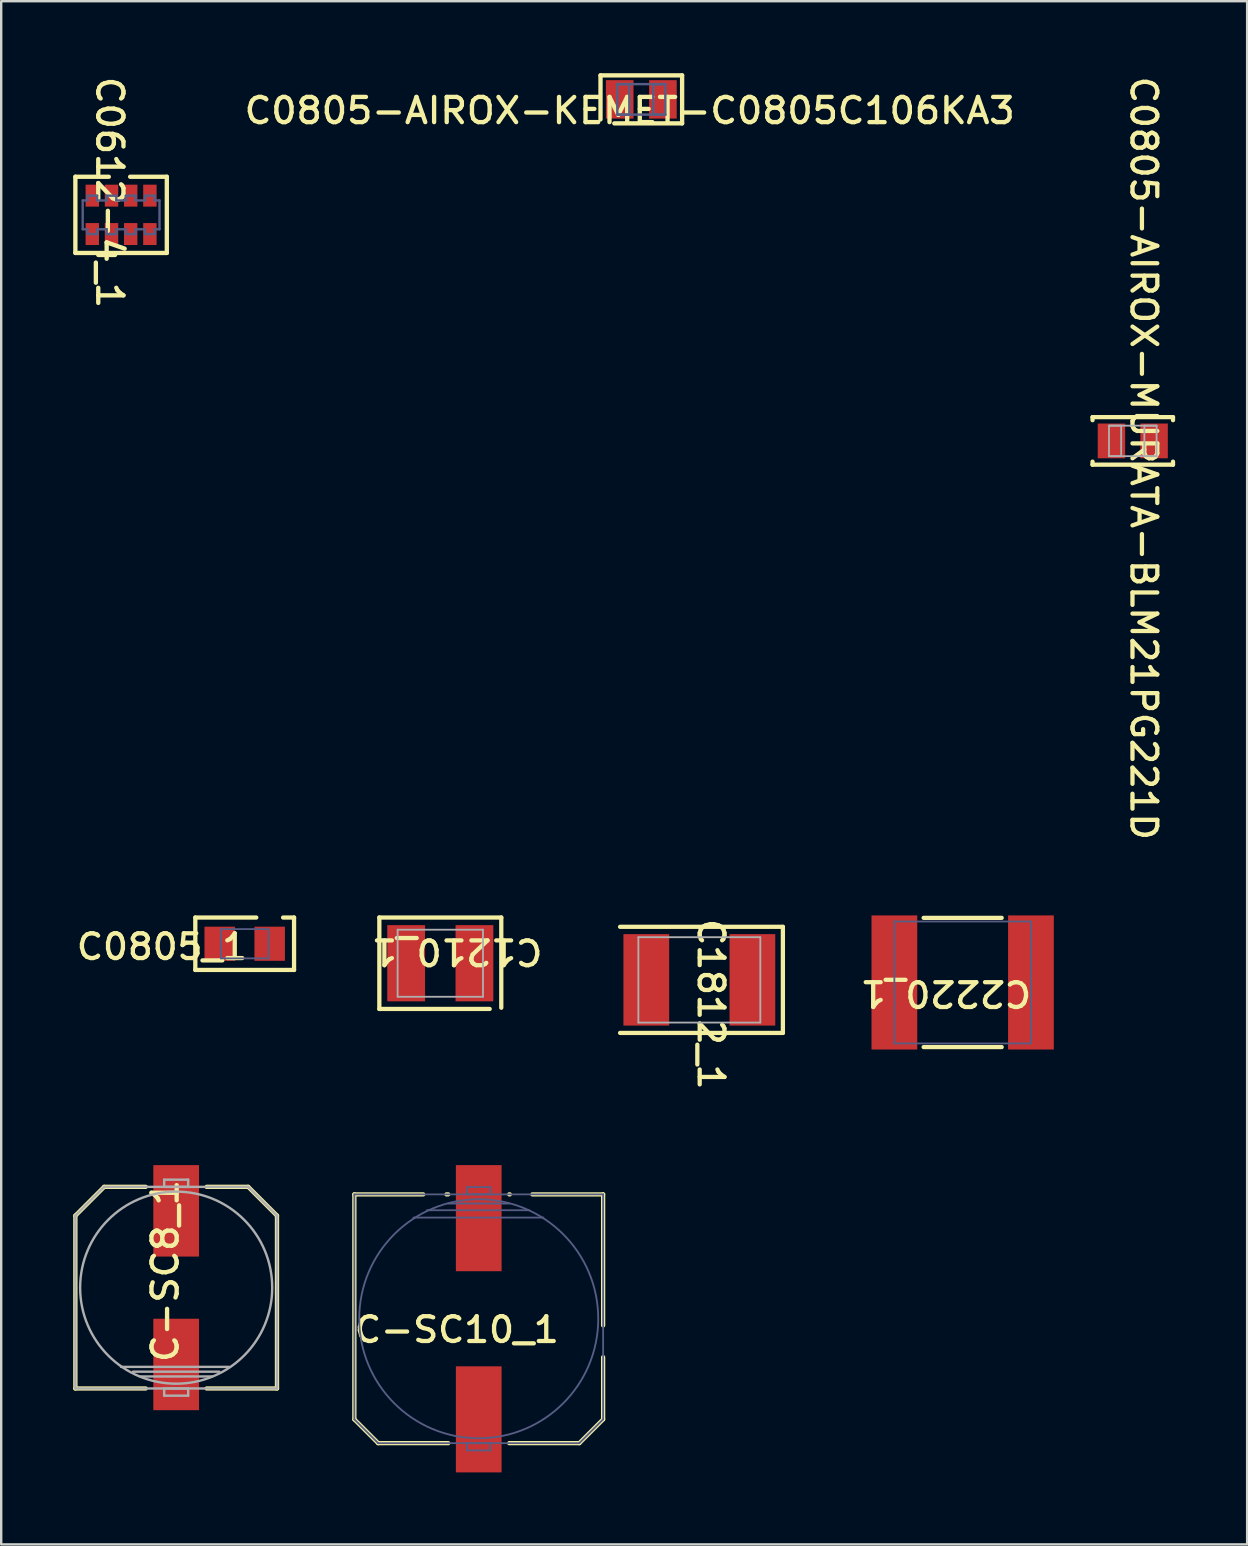
<source format=kicad_pcb>
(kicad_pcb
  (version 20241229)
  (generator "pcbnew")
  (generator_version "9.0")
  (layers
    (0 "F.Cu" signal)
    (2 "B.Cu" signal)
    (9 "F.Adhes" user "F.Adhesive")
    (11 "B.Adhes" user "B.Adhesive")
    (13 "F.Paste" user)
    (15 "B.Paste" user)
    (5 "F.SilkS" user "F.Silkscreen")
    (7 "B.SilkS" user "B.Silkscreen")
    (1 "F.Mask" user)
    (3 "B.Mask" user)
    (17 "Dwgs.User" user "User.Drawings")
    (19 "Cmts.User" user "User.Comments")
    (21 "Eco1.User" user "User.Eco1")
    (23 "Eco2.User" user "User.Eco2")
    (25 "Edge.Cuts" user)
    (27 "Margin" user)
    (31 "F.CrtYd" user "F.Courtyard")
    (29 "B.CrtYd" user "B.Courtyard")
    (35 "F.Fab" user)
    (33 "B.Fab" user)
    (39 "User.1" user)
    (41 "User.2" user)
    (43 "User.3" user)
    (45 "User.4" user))
  (footprint "C2220_1"
    (layer "F.Cu")
    (at 37.056 37.881)
    (property "Reference" "C2220_1" (at -0.699 0.457 180) (unlocked yes) (layer "F.SilkS") (effects (font (size 1.033 1.087) (thickness 0.178))))
    (attr smd)
    (fp_line (start -1.626 -2.692) (end 1.626 -2.692) (stroke (width 0.178) (type solid)) (layer "F.SilkS"))
    (fp_line (start -1.626 2.692) (end 1.626 2.692) (stroke (width 0.178) (type solid)) (layer "F.SilkS"))
    (fp_line (start -2.845 -2.54) (end 2.845 -2.54) (stroke (width 0.076) (type solid)) (layer "B.Fab"))
    (fp_line (start -2.845 2.54) (end -2.845 -2.54) (stroke (width 0.076) (type solid)) (layer "B.Fab"))
    (fp_line (start -2.845 2.54) (end 2.845 2.54) (stroke (width 0.076) (type solid)) (layer "B.Fab"))
    (fp_line (start 2.845 2.54) (end 2.845 -2.54) (stroke (width 0.076) (type solid)) (layer "B.Fab"))
    (pad "1" smd rect (at -2.845 0 180) (size 1.905 5.588) (layers "F.Cu" "F.Mask" "F.Paste"))
    (pad "2" smd rect (at 2.845 0 180) (size 1.905 5.588) (layers "F.Cu" "F.Mask" "F.Paste")))
  (footprint "C0805-AIROX-MURATA-BLM21PG221D"
    (layer "F.Cu")
    (at 44.143 15.319)
    (property "Reference" "C0805-AIROX-MURATA-BLM21PG221D" (at 0.457 0.724 270) (unlocked yes) (layer "F.SilkS") (effects (font (size 1.033 1.087) (thickness 0.178))))
    (attr smd)
    (fp_line (start -1.676 -0.991) (end 1.676 -0.991) (stroke (width 0.178) (type solid)) (layer "F.SilkS"))
    (fp_line (start -1.676 -0.864) (end -1.676 -0.991) (stroke (width 0.178) (type solid)) (layer "F.SilkS"))
    (fp_line (start -1.676 0.991) (end -1.676 0.864) (stroke (width 0.178) (type solid)) (layer "F.SilkS"))
    (fp_line (start -1.676 0.991) (end 1.676 0.991) (stroke (width 0.178) (type solid)) (layer "F.SilkS"))
    (fp_line (start 1.676 -0.864) (end 1.676 -0.991) (stroke (width 0.178) (type solid)) (layer "F.SilkS"))
    (fp_line (start 1.676 0.991) (end 1.676 0.864) (stroke (width 0.178) (type solid)) (layer "F.SilkS"))
    (fp_line (start -0.991 -0.635) (end -0.483 -0.635) (stroke (width 0.076) (type solid)) (layer "F.Fab"))
    (fp_line (start -0.991 -0.635) (end 0.991 -0.635) (stroke (width 0.076) (type solid)) (layer "F.Fab"))
    (fp_line (start -0.991 0.635) (end -0.991 -0.635) (stroke (width 0.076) (type solid)) (layer "F.Fab"))
    (fp_line (start -0.991 0.635) (end -0.483 0.635) (stroke (width 0.076) (type solid)) (layer "F.Fab"))
    (fp_line (start -0.991 0.635) (end 0.991 0.635) (stroke (width 0.076) (type solid)) (layer "F.Fab"))
    (fp_line (start -0.483 0.635) (end -0.483 -0.635) (stroke (width 0.076) (type solid)) (layer "F.Fab"))
    (fp_line (start 0.483 -0.635) (end 0.991 -0.635) (stroke (width 0.076) (type solid)) (layer "F.Fab"))
    (fp_line (start 0.483 0.635) (end 0.483 -0.635) (stroke (width 0.076) (type solid)) (layer "F.Fab"))
    (fp_line (start 0.483 0.635) (end 0.991 0.635) (stroke (width 0.076) (type solid)) (layer "F.Fab"))
    (fp_line (start 0.991 0.635) (end 0.991 -0.635) (stroke (width 0.076) (type solid)) (layer "F.Fab"))
    (pad "1" smd rect (at -0.889 0) (size 1.143 1.448) (layers "F.Cu" "F.Mask" "F.Paste"))
    (pad "2" smd rect (at 0.889 0) (size 1.143 1.448) (layers "F.Cu" "F.Mask" "F.Paste")))
  (footprint "C-SC8_1"
    (layer "F.Cu")
    (at 4.29 50.596)
    (property "Reference" "C-SC8_1" (at -0.456 -0.695 90) (unlocked yes) (layer "F.SilkS") (effects (font (size 1.05 1.104) (thickness 0.18))))
    (attr smd)
    (fp_line (start -4.2 -3) (end -3 -4.2) (stroke (width 0.18) (type solid)) (layer "F.SilkS"))
    (fp_line (start -4.2 4.2) (end -4.2 -3) (stroke (width 0.18) (type solid)) (layer "F.SilkS"))
    (fp_line (start -4.2 4.2) (end -1.27 4.2) (stroke (width 0.18) (type solid)) (layer "F.SilkS"))
    (fp_line (start -3 -4.2) (end -1.27 -4.2) (stroke (width 0.18) (type solid)) (layer "F.SilkS"))
    (fp_line (start 1.27 -4.2) (end 3 -4.2) (stroke (width 0.18) (type solid)) (layer "F.SilkS"))
    (fp_line (start 1.27 4.2) (end 4.2 4.2) (stroke (width 0.18) (type solid)) (layer "F.SilkS"))
    (fp_line (start 3 -4.2) (end 4.2 -3) (stroke (width 0.18) (type solid)) (layer "F.SilkS"))
    (fp_line (start 4.2 4.2) (end 4.2 -3) (stroke (width 0.18) (type solid)) (layer "F.SilkS"))
    (fp_line (start -4.2 -3) (end -3 -4.2) (stroke (width 0.1) (type solid)) (layer "F.Fab"))
    (fp_line (start -4.2 4.2) (end -4.2 -3) (stroke (width 0.1) (type solid)) (layer "F.Fab"))
    (fp_line (start -4.2 4.2) (end 4.2 4.2) (stroke (width 0.1) (type solid)) (layer "F.Fab"))
    (fp_line (start -3 -4.2) (end 3 -4.2) (stroke (width 0.1) (type solid)) (layer "F.Fab"))
    (fp_line (start -2.3 3.3) (end 2.2 3.3) (stroke (width 0.1) (type solid)) (layer "F.Fab"))
    (fp_line (start -1.8 3.5) (end 1.8 3.5) (stroke (width 0.1) (type solid)) (layer "F.Fab"))
    (fp_line (start -1.5 3.7) (end 1.5 3.7) (stroke (width 0.1) (type solid)) (layer "F.Fab"))
    (fp_line (start -0.5 -4.5) (end 0.5 -4.5) (stroke (width 0.1) (type solid)) (layer "F.Fab"))
    (fp_line (start -0.5 -4.2) (end -0.5 -4.5) (stroke (width 0.1) (type solid)) (layer "F.Fab"))
    (fp_line (start -0.5 -4.2) (end 0.5 -4.2) (stroke (width 0.1) (type solid)) (layer "F.Fab"))
    (fp_line (start -0.5 4.2) (end 0.5 4.2) (stroke (width 0.1) (type solid)) (layer "F.Fab"))
    (fp_line (start -0.5 4.5) (end -0.5 4.2) (stroke (width 0.1) (type solid)) (layer "F.Fab"))
    (fp_line (start -0.5 4.5) (end 0.5 4.5) (stroke (width 0.1) (type solid)) (layer "F.Fab"))
    (fp_line (start 0.5 -4.2) (end 0.5 -4.5) (stroke (width 0.1) (type solid)) (layer "F.Fab"))
    (fp_line (start 0.5 4.5) (end 0.5 4.2) (stroke (width 0.1) (type solid)) (layer "F.Fab"))
    (fp_line (start 3 -4.2) (end 4.2 -3) (stroke (width 0.1) (type solid)) (layer "F.Fab"))
    (fp_line (start 4.2 4.2) (end 4.2 -3) (stroke (width 0.1) (type solid)) (layer "F.Fab"))
    (fp_circle (center 0 0) (end 4.001 0) (stroke (width 0.1) (type solid)) (fill no) (layer "F.Fab"))
    (pad "+" smd rect (at 0 -3.2) (size 1.905 3.81) (layers "F.Cu" "F.Mask" "F.Paste"))
    (pad "-" smd rect (at 0 3.2) (size 1.905 3.81) (layers "F.Cu" "F.Mask" "F.Paste")))
  (footprint "C0805-AIROX-KEMET-C0805C106KA3"
    (layer "F.Cu")
    (at 23.668 1.09)
    (property "Reference" "C0805-AIROX-KEMET-C0805C106KA3" (at -0.484 0.471 0) (unlocked yes) (layer "F.SilkS") (effects (font (size 1.05 1.104) (thickness 0.18))))
    (attr smd)
    (fp_line (start -1.7 -1) (end -1.7 0.834) (stroke (width 0.18) (type solid)) (layer "F.SilkS"))
    (fp_line (start 1.7 -1) (end -1.7 -1) (stroke (width 0.18) (type solid)) (layer "F.SilkS"))
    (fp_line (start 1.7 -1) (end 1.7 1) (stroke (width 0.18) (type solid)) (layer "F.SilkS"))
    (fp_line (start 1.7 1) (end -1.125 1) (stroke (width 0.18) (type solid)) (layer "F.SilkS"))
    (fp_line (start -1 -0.635) (end -1 0.635) (stroke (width 0.1) (type solid)) (layer "B.Fab"))
    (fp_line (start -0.5 -0.635) (end -1 -0.635) (stroke (width 0.1) (type solid)) (layer "B.Fab"))
    (fp_line (start -0.5 -0.635) (end -0.5 0.635) (stroke (width 0.1) (type solid)) (layer "B.Fab"))
    (fp_line (start -0.5 0.635) (end -1 0.635) (stroke (width 0.1) (type solid)) (layer "B.Fab"))
    (fp_line (start 0.5 -0.635) (end 0.5 0.635) (stroke (width 0.1) (type solid)) (layer "B.Fab"))
    (fp_line (start 1 -0.635) (end -1 -0.635) (stroke (width 0.1) (type solid)) (layer "B.Fab"))
    (fp_line (start 1 -0.635) (end 0.5 -0.635) (stroke (width 0.1) (type solid)) (layer "B.Fab"))
    (fp_line (start 1 -0.635) (end 1 0.635) (stroke (width 0.1) (type solid)) (layer "B.Fab"))
    (fp_line (start 1 0.635) (end -1 0.635) (stroke (width 0.1) (type solid)) (layer "B.Fab"))
    (fp_line (start 1 0.635) (end 0.5 0.635) (stroke (width 0.1) (type solid)) (layer "B.Fab"))
    (pad "1" smd rect (at 0.9 0 180) (size 1.15 1.6) (layers "F.Cu" "F.Mask" "F.Paste"))
    (pad "2" smd rect (at -0.9 0 180) (size 1.15 1.6) (layers "F.Cu" "F.Mask" "F.Paste")))
  (footprint "C1812_1"
    (layer "F.Cu")
    (at 26.086 37.773)
    (property "Reference" "C1812_1" (at 0.483 1.016 270) (unlocked yes) (layer "F.SilkS") (effects (font (size 1.033 1.087) (thickness 0.178))))
    (attr smd)
    (fp_line (start -3.302 -2.21) (end 3.48 -2.21) (stroke (width 0.178) (type solid)) (layer "F.SilkS"))
    (fp_line (start -3.302 2.21) (end 3.48 2.21) (stroke (width 0.178) (type solid)) (layer "F.SilkS"))
    (fp_line (start 3.48 2.21) (end 3.48 -2.21) (stroke (width 0.178) (type solid)) (layer "F.SilkS"))
    (fp_line (start -2.54 -1.778) (end 2.54 -1.778) (stroke (width 0.076) (type solid)) (layer "F.Fab"))
    (fp_line (start -2.54 1.778) (end -2.54 -1.778) (stroke (width 0.076) (type solid)) (layer "F.Fab"))
    (fp_line (start -2.54 1.778) (end 2.54 1.778) (stroke (width 0.076) (type solid)) (layer "F.Fab"))
    (fp_line (start 2.54 1.778) (end 2.54 -1.778) (stroke (width 0.076) (type solid)) (layer "F.Fab"))
    (pad "1" smd rect (at -2.21 0) (size 1.905 3.81) (layers "F.Cu" "F.Mask" "F.Paste"))
    (pad "2" smd rect (at 2.21 0) (size 1.905 3.81) (layers "F.Cu" "F.Mask" "F.Paste")))
  (footprint "C0612-4_1"
    (layer "F.Cu")
    (at 1.995 5.901)
    (property "Reference" "C0612-4_1" (at -0.475 -0.931 270) (unlocked yes) (layer "F.SilkS") (effects (font (size 1.05 1.104) (thickness 0.18))))
    (attr smd)
    (fp_line (start -1.905 -1.587) (end -1.905 1.587) (stroke (width 0.18) (type solid)) (layer "F.SilkS"))
    (fp_line (start -0.512 -1.587) (end -1.905 -1.587) (stroke (width 0.18) (type solid)) (layer "F.SilkS"))
    (fp_line (start 1.905 -1.587) (end 0.377 -1.587) (stroke (width 0.18) (type solid)) (layer "F.SilkS"))
    (fp_line (start 1.905 -1.587) (end 1.905 1.587) (stroke (width 0.18) (type solid)) (layer "F.SilkS"))
    (fp_line (start 1.905 1.587) (end -1.905 1.587) (stroke (width 0.18) (type solid)) (layer "F.SilkS"))
    (fp_line (start -1.6 -0.6) (end -1.6 0.6) (stroke (width 0.1) (type solid)) (layer "B.Fab"))
    (fp_line (start -1.4 -0.8) (end -1.4 -0.6) (stroke (width 0.1) (type solid)) (layer "B.Fab"))
    (fp_line (start -1.4 -0.6) (end -1.6 -0.6) (stroke (width 0.1) (type solid)) (layer "B.Fab"))
    (fp_line (start -1.4 0.6) (end -1.6 0.6) (stroke (width 0.1) (type solid)) (layer "B.Fab"))
    (fp_line (start -1.4 0.6) (end -1.4 0.8) (stroke (width 0.1) (type solid)) (layer "B.Fab"))
    (fp_line (start -1 -0.8) (end -1.4 -0.8) (stroke (width 0.1) (type solid)) (layer "B.Fab"))
    (fp_line (start -1 -0.8) (end -1 -0.6) (stroke (width 0.1) (type solid)) (layer "B.Fab"))
    (fp_line (start -1 0.6) (end -1 0.8) (stroke (width 0.1) (type solid)) (layer "B.Fab"))
    (fp_line (start -1 0.8) (end -1.4 0.8) (stroke (width 0.1) (type solid)) (layer "B.Fab"))
    (fp_line (start -0.6 -0.8) (end -0.6 -0.6) (stroke (width 0.1) (type solid)) (layer "B.Fab"))
    (fp_line (start -0.6 -0.6) (end -1 -0.6) (stroke (width 0.1) (type solid)) (layer "B.Fab"))
    (fp_line (start -0.6 0.6) (end -1 0.6) (stroke (width 0.1) (type solid)) (layer "B.Fab"))
    (fp_line (start -0.6 0.6) (end -0.6 0.8) (stroke (width 0.1) (type solid)) (layer "B.Fab"))
    (fp_line (start -0.2 -0.8) (end -0.6 -0.8) (stroke (width 0.1) (type solid)) (layer "B.Fab"))
    (fp_line (start -0.2 -0.8) (end -0.2 -0.6) (stroke (width 0.1) (type solid)) (layer "B.Fab"))
    (fp_line (start -0.2 0.6) (end -0.2 0.8) (stroke (width 0.1) (type solid)) (layer "B.Fab"))
    (fp_line (start -0.2 0.8) (end -0.6 0.8) (stroke (width 0.1) (type solid)) (layer "B.Fab"))
    (fp_line (start 0.2 -0.8) (end 0.2 -0.6) (stroke (width 0.1) (type solid)) (layer "B.Fab"))
    (fp_line (start 0.2 -0.6) (end -0.2 -0.6) (stroke (width 0.1) (type solid)) (layer "B.Fab"))
    (fp_line (start 0.2 0.6) (end -0.2 0.6) (stroke (width 0.1) (type solid)) (layer "B.Fab"))
    (fp_line (start 0.2 0.6) (end 0.2 0.8) (stroke (width 0.1) (type solid)) (layer "B.Fab"))
    (fp_line (start 0.6 -0.8) (end 0.2 -0.8) (stroke (width 0.1) (type solid)) (layer "B.Fab"))
    (fp_line (start 0.6 -0.8) (end 0.6 -0.6) (stroke (width 0.1) (type solid)) (layer "B.Fab"))
    (fp_line (start 0.6 0.6) (end 0.6 0.8) (stroke (width 0.1) (type solid)) (layer "B.Fab"))
    (fp_line (start 0.6 0.8) (end 0.2 0.8) (stroke (width 0.1) (type solid)) (layer "B.Fab"))
    (fp_line (start 1 -0.8) (end 1 -0.6) (stroke (width 0.1) (type solid)) (layer "B.Fab"))
    (fp_line (start 1 -0.6) (end 0.6 -0.6) (stroke (width 0.1) (type solid)) (layer "B.Fab"))
    (fp_line (start 1 0.6) (end 0.6 0.6) (stroke (width 0.1) (type solid)) (layer "B.Fab"))
    (fp_line (start 1 0.6) (end 1 0.8) (stroke (width 0.1) (type solid)) (layer "B.Fab"))
    (fp_line (start 1.4 -0.8) (end 1 -0.8) (stroke (width 0.1) (type solid)) (layer "B.Fab"))
    (fp_line (start 1.4 -0.8) (end 1.4 -0.6) (stroke (width 0.1) (type solid)) (layer "B.Fab"))
    (fp_line (start 1.4 0.6) (end 1.4 0.8) (stroke (width 0.1) (type solid)) (layer "B.Fab"))
    (fp_line (start 1.4 0.8) (end 1 0.8) (stroke (width 0.1) (type solid)) (layer "B.Fab"))
    (fp_line (start 1.6 -0.6) (end 1.4 -0.6) (stroke (width 0.1) (type solid)) (layer "B.Fab"))
    (fp_line (start 1.6 -0.6) (end 1.6 0.6) (stroke (width 0.1) (type solid)) (layer "B.Fab"))
    (fp_line (start 1.6 0.6) (end 1.4 0.6) (stroke (width 0.1) (type solid)) (layer "B.Fab"))
    (pad "1" smd rect (at 1.2 -0.8 180) (size 0.559 0.914) (layers "F.Cu" "F.Mask" "F.Paste"))
    (pad "2" smd rect (at 0.4 -0.8 180) (size 0.559 0.914) (layers "F.Cu" "F.Mask" "F.Paste"))
    (pad "3" smd rect (at -0.4 -0.8 180) (size 0.559 0.914) (layers "F.Cu" "F.Mask" "F.Paste"))
    (pad "4" smd rect (at -1.2 -0.8 180) (size 0.559 0.914) (layers "F.Cu" "F.Mask" "F.Paste"))
    (pad "5" smd rect (at -1.2 0.8 180) (size 0.559 0.914) (layers "F.Cu" "F.Mask" "F.Paste"))
    (pad "6" smd rect (at -0.4 0.8 180) (size 0.559 0.914) (layers "F.Cu" "F.Mask" "F.Paste"))
    (pad "7" smd rect (at 0.4 0.8 180) (size 0.559 0.914) (layers "F.Cu" "F.Mask" "F.Paste"))
    (pad "8" smd rect (at 1.2 0.8 180) (size 0.559 0.914) (layers "F.Cu" "F.Mask" "F.Paste")))
  (footprint "C-SC10_1"
    (layer "F.Cu")
    (at 16.895 51.892)
    (property "Reference" "C-SC10_1" (at -0.914 0.457 0) (unlocked yes) (layer "F.SilkS") (effects (font (size 1.033 1.087) (thickness 0.178))))
    (attr smd)
    (fp_line (start -5.182 -5.182) (end -5.182 4.191) (stroke (width 0.178) (type solid)) (layer "F.SilkS"))
    (fp_line (start -4.191 5.182) (end -5.182 4.191) (stroke (width 0.178) (type solid)) (layer "F.SilkS"))
    (fp_line (start -2.311 -5.182) (end -5.182 -5.182) (stroke (width 0.178) (type solid)) (layer "F.SilkS"))
    (fp_line (start -1.27 -5.182) (end -1.346 -5.182) (stroke (width 0.178) (type solid)) (layer "F.SilkS"))
    (fp_line (start -1.27 5.182) (end -4.191 5.182) (stroke (width 0.178) (type solid)) (layer "F.SilkS"))
    (fp_line (start 1.295 -5.182) (end 1.27 -5.182) (stroke (width 0.178) (type solid)) (layer "F.SilkS"))
    (fp_line (start 4.191 5.182) (end 1.27 5.182) (stroke (width 0.178) (type solid)) (layer "F.SilkS"))
    (fp_line (start 5.182 -5.182) (end 2.235 -5.182) (stroke (width 0.178) (type solid)) (layer "F.SilkS"))
    (fp_line (start 5.182 -5.182) (end 5.182 0.279) (stroke (width 0.178) (type solid)) (layer "F.SilkS"))
    (fp_line (start 5.182 1.6) (end 5.182 4.191) (stroke (width 0.178) (type solid)) (layer "F.SilkS"))
    (fp_line (start 5.182 4.191) (end 4.191 5.182) (stroke (width 0.178) (type solid)) (layer "F.SilkS"))
    (fp_line (start -5.182 -5.182) (end -5.182 4.191) (stroke (width 0.076) (type solid)) (layer "B.Fab"))
    (fp_line (start -4.191 5.182) (end -5.182 4.191) (stroke (width 0.076) (type solid)) (layer "B.Fab"))
    (fp_line (start -0.483 -5.486) (end -0.483 -5.182) (stroke (width 0.076) (type solid)) (layer "B.Fab"))
    (fp_line (start -0.483 5.182) (end -0.483 5.486) (stroke (width 0.076) (type solid)) (layer "B.Fab"))
    (fp_line (start 0.483 -5.486) (end -0.483 -5.486) (stroke (width 0.076) (type solid)) (layer "B.Fab"))
    (fp_line (start 0.483 -5.486) (end 0.483 -5.182) (stroke (width 0.076) (type solid)) (layer "B.Fab"))
    (fp_line (start 0.483 -5.182) (end -0.483 -5.182) (stroke (width 0.076) (type solid)) (layer "B.Fab"))
    (fp_line (start 0.483 5.182) (end -0.483 5.182) (stroke (width 0.076) (type solid)) (layer "B.Fab"))
    (fp_line (start 0.483 5.182) (end 0.483 5.486) (stroke (width 0.076) (type solid)) (layer "B.Fab"))
    (fp_line (start 0.483 5.486) (end -0.483 5.486) (stroke (width 0.076) (type solid)) (layer "B.Fab"))
    (fp_line (start 1.27 -4.801) (end -1.27 -4.801) (stroke (width 0.076) (type solid)) (layer "B.Fab"))
    (fp_line (start 2.108 -4.521) (end -2.159 -4.521) (stroke (width 0.076) (type solid)) (layer "B.Fab"))
    (fp_line (start 2.692 -4.216) (end -2.718 -4.216) (stroke (width 0.076) (type solid)) (layer "B.Fab"))
    (fp_line (start 4.191 5.182) (end -4.191 5.182) (stroke (width 0.076) (type solid)) (layer "B.Fab"))
    (fp_line (start 5.182 -5.182) (end -5.182 -5.182) (stroke (width 0.076) (type solid)) (layer "B.Fab"))
    (fp_line (start 5.182 -5.182) (end 5.182 4.191) (stroke (width 0.076) (type solid)) (layer "B.Fab"))
    (fp_line (start 5.182 4.191) (end 4.191 5.182) (stroke (width 0.076) (type solid)) (layer "B.Fab"))
    (fp_arc (start -4.9784 0) (mid 4.9784 0) (end -4.9784 0) (stroke (width 0.0762) (type solid)) (layer "B.Fab"))
    (pad "+" smd rect (at 0 4.191 180) (size 1.905 4.42) (layers "F.Cu" "F.Mask" "F.Paste"))
    (pad "-" smd rect (at 0 -4.191 180) (size 1.905 4.42) (layers "F.Cu" "F.Mask" "F.Paste")))
  (footprint "C1210_1"
    (layer "F.Cu")
    (at 15.294 37.08)
    (property "Reference" "C1210_1" (at 0.699 -0.483 180) (unlocked yes) (layer "F.SilkS") (effects (font (size 1.033 1.087) (thickness 0.178))))
    (attr smd)
    (fp_line (start -2.54 -1.905) (end 2.54 -1.905) (stroke (width 0.178) (type solid)) (layer "F.SilkS"))
    (fp_line (start -2.54 1.905) (end -2.54 -1.905) (stroke (width 0.178) (type solid)) (layer "F.SilkS"))
    (fp_line (start -2.54 1.905) (end 2.057 1.905) (stroke (width 0.178) (type solid)) (layer "F.SilkS"))
    (fp_line (start 2.54 1.854) (end 2.54 -1.905) (stroke (width 0.178) (type solid)) (layer "F.SilkS"))
    (fp_line (start -1.778 -1.397) (end 1.778 -1.397) (stroke (width 0.076) (type solid)) (layer "F.Fab"))
    (fp_line (start -1.778 1.397) (end -1.778 -1.397) (stroke (width 0.076) (type solid)) (layer "F.Fab"))
    (fp_line (start -1.778 1.397) (end 1.778 1.397) (stroke (width 0.076) (type solid)) (layer "F.Fab"))
    (fp_line (start 1.778 1.397) (end 1.778 -1.397) (stroke (width 0.076) (type solid)) (layer "F.Fab"))
    (pad "1" smd rect (at -1.422 0 180) (size 1.575 3.175) (layers "F.Cu" "F.Mask" "F.Paste"))
    (pad "2" smd rect (at 1.422 0 180) (size 1.575 3.175) (layers "F.Cu" "F.Mask" "F.Paste")))
  (footprint "C0805_1"
    (layer "F.Cu")
    (at 7.144 36.268)
    (property "Reference" "C0805_1" (at -3.442 0.127 0) (unlocked yes) (layer "F.SilkS") (effects (font (size 1.033 1.087) (thickness 0.178))))
    (attr smd)
    (fp_line (start -2.057 -1.092) (end 0.483 -1.092) (stroke (width 0.178) (type solid)) (layer "F.SilkS"))
    (fp_line (start -2.057 1.092) (end -2.057 -1.092) (stroke (width 0.178) (type solid)) (layer "F.SilkS"))
    (fp_line (start -2.057 1.092) (end 2.057 1.092) (stroke (width 0.178) (type solid)) (layer "F.SilkS"))
    (fp_line (start 1.6 -1.092) (end 2.057 -1.092) (stroke (width 0.178) (type solid)) (layer "F.SilkS"))
    (fp_line (start 2.057 1.092) (end 2.057 -1.092) (stroke (width 0.178) (type solid)) (layer "F.SilkS"))
    (fp_line (start -0.991 -0.61) (end 0.991 -0.61) (stroke (width 0.076) (type solid)) (layer "B.Fab"))
    (fp_line (start -0.991 0.61) (end -0.991 -0.61) (stroke (width 0.076) (type solid)) (layer "B.Fab"))
    (fp_line (start -0.991 0.61) (end 0.991 0.61) (stroke (width 0.076) (type solid)) (layer "B.Fab"))
    (fp_line (start 0.991 0.61) (end 0.991 -0.61) (stroke (width 0.076) (type solid)) (layer "B.Fab"))
    (pad "1" smd rect (at -1.041 0 180) (size 1.27 1.422) (layers "F.Cu" "F.Mask" "F.Paste"))
    (pad "2" smd rect (at 1.041 0 180) (size 1.27 1.422) (layers "F.Cu" "F.Mask" "F.Paste")))
  (gr_rect
    (start -3 -3)
    (end 48.908 61.293)
    (stroke (width 0.1) (type default))
    (fill no)
    (layer "Edge.Cuts")))
</source>
